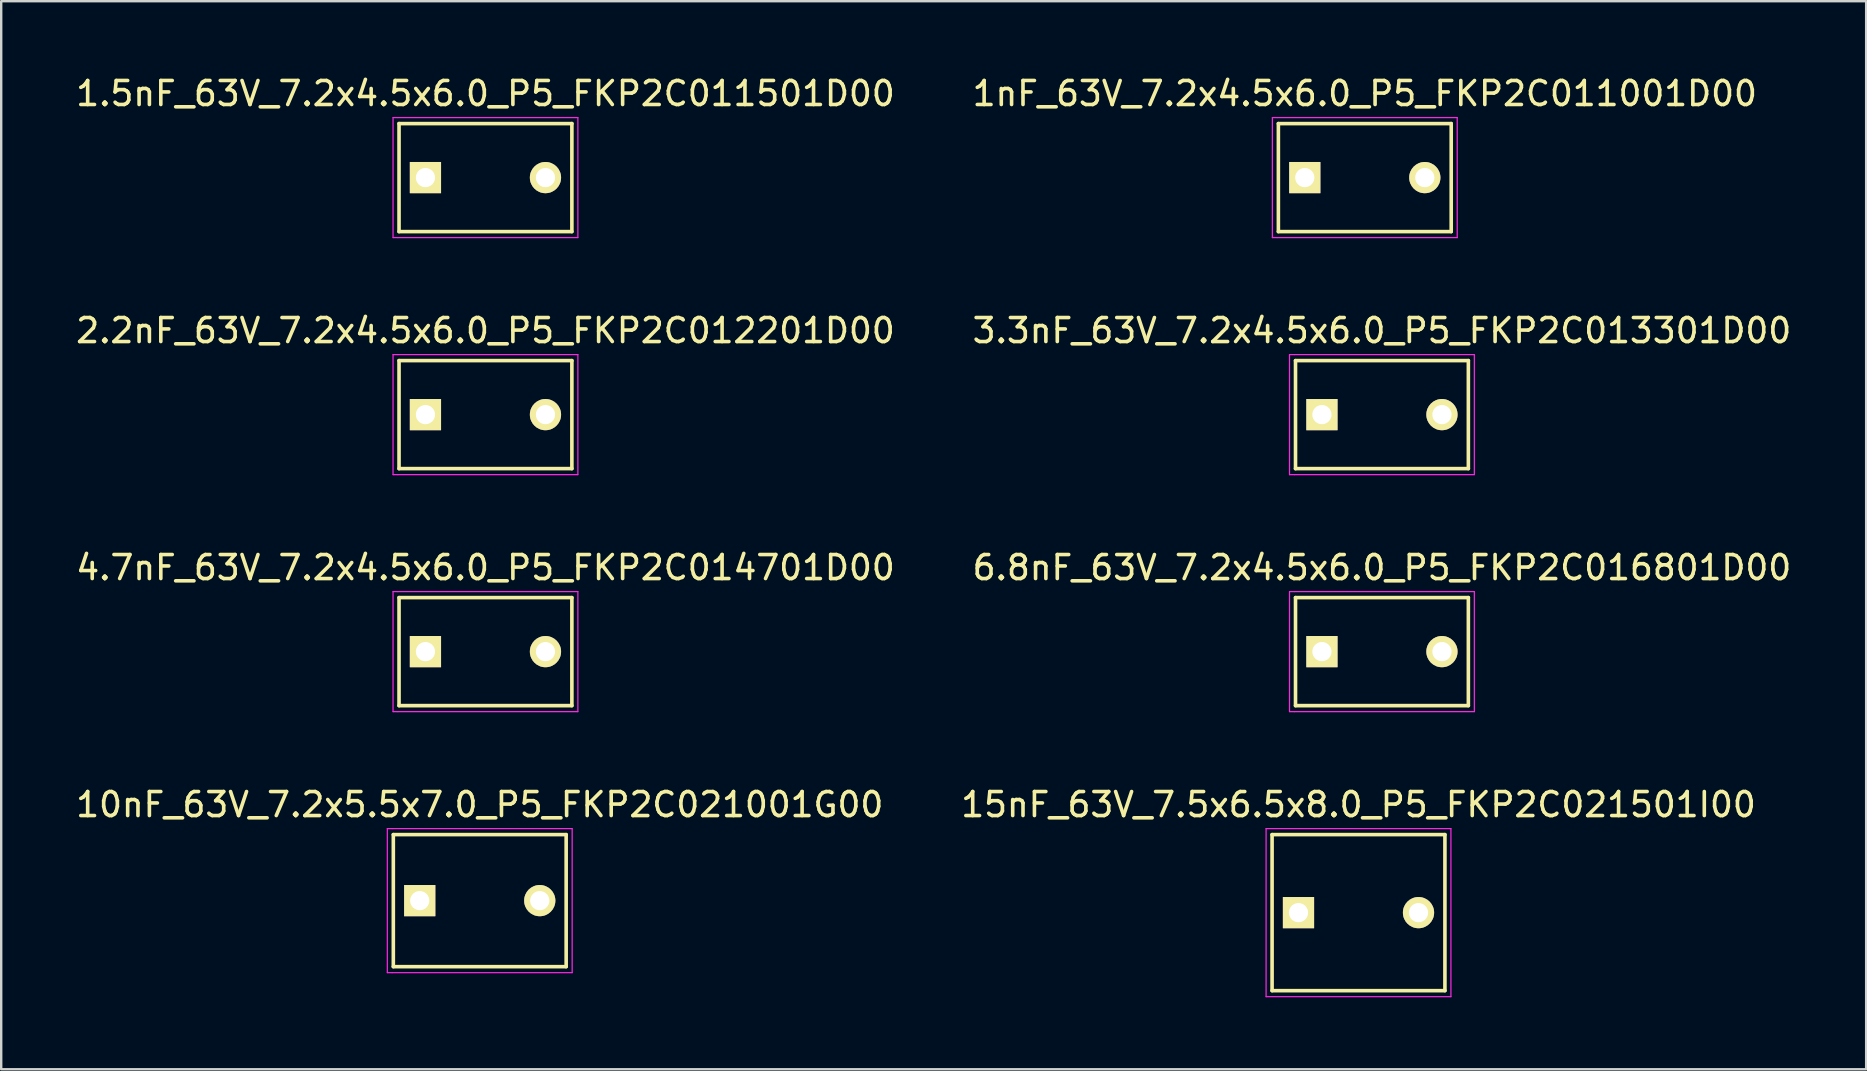
<source format=kicad_pcb>
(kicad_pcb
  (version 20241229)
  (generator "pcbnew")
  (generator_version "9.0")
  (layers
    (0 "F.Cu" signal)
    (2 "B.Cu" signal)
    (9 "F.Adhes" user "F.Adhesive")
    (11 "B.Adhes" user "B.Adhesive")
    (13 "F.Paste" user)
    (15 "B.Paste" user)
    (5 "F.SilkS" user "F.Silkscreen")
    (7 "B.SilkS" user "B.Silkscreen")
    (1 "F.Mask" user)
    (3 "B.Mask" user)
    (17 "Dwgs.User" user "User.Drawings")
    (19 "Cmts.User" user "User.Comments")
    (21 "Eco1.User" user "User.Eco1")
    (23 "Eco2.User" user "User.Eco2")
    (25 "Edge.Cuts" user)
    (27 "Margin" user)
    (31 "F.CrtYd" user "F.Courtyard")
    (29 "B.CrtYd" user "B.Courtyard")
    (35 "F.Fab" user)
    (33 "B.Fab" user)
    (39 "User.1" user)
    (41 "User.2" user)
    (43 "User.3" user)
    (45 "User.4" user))
  (footprint "3.3nF_63V_7.2x4.5x6.0_P5_FKP2C013301D00"
    (layer "F.Cu")
    (at 52.018 14.222)
    (property "Reference" "3.3nF_63V_7.2x4.5x6.0_P5_FKP2C013301D00" (at 2.5 -3.5 0) (layer "F.SilkS") (effects (font (size 1 1) (thickness 0.15))))
    (attr through_hole)
    (fp_line (start -1.1 -2.25) (end 6.1 -2.25) (stroke (width 0.15) (type solid)) (layer "F.SilkS"))
    (fp_line (start -1.1 2.25) (end -1.1 -2.25) (stroke (width 0.15) (type solid)) (layer "F.SilkS"))
    (fp_line (start 6.1 -2.25) (end 6.1 2.25) (stroke (width 0.15) (type solid)) (layer "F.SilkS"))
    (fp_line (start 6.1 2.25) (end -1.1 2.25) (stroke (width 0.15) (type solid)) (layer "F.SilkS"))
    (fp_line (start -1.35 2.5) (end -1.35 -2.5) (stroke (width 0.05) (type solid)) (layer "F.CrtYd"))
    (fp_line (start -1.15 -2.5) (end -1.35 -2.5) (stroke (width 0.05) (type solid)) (layer "F.CrtYd"))
    (fp_line (start -1.15 -2.5) (end 6.35 -2.5) (stroke (width 0.05) (type solid)) (layer "F.CrtYd"))
    (fp_line (start -1.15 2.5) (end -1.35 2.5) (stroke (width 0.05) (type solid)) (layer "F.CrtYd"))
    (fp_line (start 6.35 2.5) (end -1.15 2.5) (stroke (width 0.05) (type solid)) (layer "F.CrtYd"))
    (fp_line (start 6.35 2.5) (end 6.35 -2.5) (stroke (width 0.05) (type solid)) (layer "F.CrtYd"))
    (pad "1" thru_hole rect (at 0 0) (size 1.3 1.3) (drill 0.8) (layers "*.Cu" "*.Mask" "F.SilkS"))
    (pad "2" thru_hole circle (at 5 0) (size 1.3 1.3) (drill 0.8) (layers "*.Cu" "*.Mask" "F.SilkS")))
  (footprint "2.2nF_63V_7.2x4.5x6.0_P5_FKP2C012201D00"
    (layer "F.Cu")
    (at 14.673 14.222)
    (property "Reference" "2.2nF_63V_7.2x4.5x6.0_P5_FKP2C012201D00" (at 2.5 -3.5 0) (layer "F.SilkS") (effects (font (size 1 1) (thickness 0.15))))
    (attr through_hole)
    (fp_line (start -1.1 -2.25) (end 6.1 -2.25) (stroke (width 0.15) (type solid)) (layer "F.SilkS"))
    (fp_line (start -1.1 2.25) (end -1.1 -2.25) (stroke (width 0.15) (type solid)) (layer "F.SilkS"))
    (fp_line (start 6.1 -2.25) (end 6.1 2.25) (stroke (width 0.15) (type solid)) (layer "F.SilkS"))
    (fp_line (start 6.1 2.25) (end -1.1 2.25) (stroke (width 0.15) (type solid)) (layer "F.SilkS"))
    (fp_line (start -1.35 2.5) (end -1.35 -2.5) (stroke (width 0.05) (type solid)) (layer "F.CrtYd"))
    (fp_line (start -1.15 -2.5) (end -1.35 -2.5) (stroke (width 0.05) (type solid)) (layer "F.CrtYd"))
    (fp_line (start -1.15 -2.5) (end 6.35 -2.5) (stroke (width 0.05) (type solid)) (layer "F.CrtYd"))
    (fp_line (start -1.15 2.5) (end -1.35 2.5) (stroke (width 0.05) (type solid)) (layer "F.CrtYd"))
    (fp_line (start 6.35 2.5) (end -1.15 2.5) (stroke (width 0.05) (type solid)) (layer "F.CrtYd"))
    (fp_line (start 6.35 2.5) (end 6.35 -2.5) (stroke (width 0.05) (type solid)) (layer "F.CrtYd"))
    (pad "1" thru_hole rect (at 0 0) (size 1.3 1.3) (drill 0.8) (layers "*.Cu" "*.Mask" "F.SilkS"))
    (pad "2" thru_hole circle (at 5 0) (size 1.3 1.3) (drill 0.8) (layers "*.Cu" "*.Mask" "F.SilkS")))
  (footprint "15nF_63V_7.5x6.5x8.0_P5_FKP2C021501I00"
    (layer "F.Cu")
    (at 51.042 34.968)
    (property "Reference" "15nF_63V_7.5x6.5x8.0_P5_FKP2C021501I00" (at 2.5 -4.5 0) (layer "F.SilkS") (effects (font (size 1 1) (thickness 0.15))))
    (attr through_hole)
    (fp_line (start -1.1 3.25) (end -1.1 -3.25) (stroke (width 0.15) (type solid)) (layer "F.SilkS"))
    (fp_line (start -1.1 3.25) (end 6.1 3.25) (stroke (width 0.15) (type solid)) (layer "F.SilkS"))
    (fp_line (start 6.1 -3.25) (end -1.1 -3.25) (stroke (width 0.15) (type solid)) (layer "F.SilkS"))
    (fp_line (start 6.1 -3.25) (end 6.1 3.25) (stroke (width 0.15) (type solid)) (layer "F.SilkS"))
    (fp_line (start -1.35 3.5) (end -1.35 -3.5) (stroke (width 0.05) (type solid)) (layer "F.CrtYd"))
    (fp_line (start -1.35 3.5) (end 6.35 3.5) (stroke (width 0.05) (type solid)) (layer "F.CrtYd"))
    (fp_line (start 6.35 -3.5) (end -1.35 -3.5) (stroke (width 0.05) (type solid)) (layer "F.CrtYd"))
    (fp_line (start 6.35 -3.5) (end 6.35 3.5) (stroke (width 0.05) (type solid)) (layer "F.CrtYd"))
    (pad "1" thru_hole rect (at 0 0) (size 1.3 1.3) (drill 0.8) (layers "*.Cu" "*.Mask" "F.SilkS"))
    (pad "2" thru_hole circle (at 5 0) (size 1.3 1.3) (drill 0.8) (layers "*.Cu" "*.Mask" "F.SilkS")))
  (footprint "4.7nF_63V_7.2x4.5x6.0_P5_FKP2C014701D00"
    (layer "F.Cu")
    (at 14.673 24.095)
    (property "Reference" "4.7nF_63V_7.2x4.5x6.0_P5_FKP2C014701D00" (at 2.5 -3.5 0) (layer "F.SilkS") (effects (font (size 1 1) (thickness 0.15))))
    (attr through_hole)
    (fp_line (start -1.1 -2.25) (end 6.1 -2.25) (stroke (width 0.15) (type solid)) (layer "F.SilkS"))
    (fp_line (start -1.1 2.25) (end -1.1 -2.25) (stroke (width 0.15) (type solid)) (layer "F.SilkS"))
    (fp_line (start 6.1 -2.25) (end 6.1 2.25) (stroke (width 0.15) (type solid)) (layer "F.SilkS"))
    (fp_line (start 6.1 2.25) (end -1.1 2.25) (stroke (width 0.15) (type solid)) (layer "F.SilkS"))
    (fp_line (start -1.35 2.5) (end -1.35 -2.5) (stroke (width 0.05) (type solid)) (layer "F.CrtYd"))
    (fp_line (start -1.15 -2.5) (end -1.35 -2.5) (stroke (width 0.05) (type solid)) (layer "F.CrtYd"))
    (fp_line (start -1.15 -2.5) (end 6.35 -2.5) (stroke (width 0.05) (type solid)) (layer "F.CrtYd"))
    (fp_line (start -1.15 2.5) (end -1.35 2.5) (stroke (width 0.05) (type solid)) (layer "F.CrtYd"))
    (fp_line (start 6.35 2.5) (end -1.15 2.5) (stroke (width 0.05) (type solid)) (layer "F.CrtYd"))
    (fp_line (start 6.35 2.5) (end 6.35 -2.5) (stroke (width 0.05) (type solid)) (layer "F.CrtYd"))
    (pad "1" thru_hole rect (at 0 0) (size 1.3 1.3) (drill 0.8) (layers "*.Cu" "*.Mask" "F.SilkS"))
    (pad "2" thru_hole circle (at 5 0) (size 1.3 1.3) (drill 0.8) (layers "*.Cu" "*.Mask" "F.SilkS")))
  (footprint "10nF_63V_7.2x5.5x7.0_P5_FKP2C021001G00"
    (layer "F.Cu")
    (at 14.435 34.468)
    (property "Reference" "10nF_63V_7.2x5.5x7.0_P5_FKP2C021001G00" (at 2.5 -4 0) (layer "F.SilkS") (effects (font (size 1 1) (thickness 0.15))))
    (attr through_hole)
    (fp_line (start -1.1 -2.75) (end 6.1 -2.75) (stroke (width 0.15) (type solid)) (layer "F.SilkS"))
    (fp_line (start -1.1 2.75) (end -1.1 -2.75) (stroke (width 0.15) (type solid)) (layer "F.SilkS"))
    (fp_line (start 6.1 -2.75) (end 6.1 2.75) (stroke (width 0.15) (type solid)) (layer "F.SilkS"))
    (fp_line (start 6.1 2.75) (end -1.1 2.75) (stroke (width 0.15) (type solid)) (layer "F.SilkS"))
    (fp_line (start -1.35 3) (end -1.35 -3) (stroke (width 0.05) (type solid)) (layer "F.CrtYd"))
    (fp_line (start -1.15 -3) (end -1.35 -3) (stroke (width 0.05) (type solid)) (layer "F.CrtYd"))
    (fp_line (start -1.15 -3) (end 6.35 -3) (stroke (width 0.05) (type solid)) (layer "F.CrtYd"))
    (fp_line (start -1.15 3) (end -1.35 3) (stroke (width 0.05) (type solid)) (layer "F.CrtYd"))
    (fp_line (start 6.35 -3) (end 6.35 3) (stroke (width 0.05) (type solid)) (layer "F.CrtYd"))
    (fp_line (start 6.35 3) (end -1.15 3) (stroke (width 0.05) (type solid)) (layer "F.CrtYd"))
    (pad "1" thru_hole rect (at 0 0) (size 1.3 1.3) (drill 0.8) (layers "*.Cu" "*.Mask" "F.SilkS"))
    (pad "2" thru_hole circle (at 5 0) (size 1.3 1.3) (drill 0.8) (layers "*.Cu" "*.Mask" "F.SilkS")))
  (footprint "1.5nF_63V_7.2x4.5x6.0_P5_FKP2C011501D00"
    (layer "F.Cu")
    (at 14.673 4.348)
    (property "Reference" "1.5nF_63V_7.2x4.5x6.0_P5_FKP2C011501D00" (at 2.5 -3.5 0) (layer "F.SilkS") (effects (font (size 1 1) (thickness 0.15))))
    (attr through_hole)
    (fp_line (start -1.1 -2.25) (end 6.1 -2.25) (stroke (width 0.15) (type solid)) (layer "F.SilkS"))
    (fp_line (start -1.1 2.25) (end -1.1 -2.25) (stroke (width 0.15) (type solid)) (layer "F.SilkS"))
    (fp_line (start 6.1 -2.25) (end 6.1 2.25) (stroke (width 0.15) (type solid)) (layer "F.SilkS"))
    (fp_line (start 6.1 2.25) (end -1.1 2.25) (stroke (width 0.15) (type solid)) (layer "F.SilkS"))
    (fp_line (start -1.35 2.5) (end -1.35 -2.5) (stroke (width 0.05) (type solid)) (layer "F.CrtYd"))
    (fp_line (start -1.15 -2.5) (end -1.35 -2.5) (stroke (width 0.05) (type solid)) (layer "F.CrtYd"))
    (fp_line (start -1.15 -2.5) (end 6.35 -2.5) (stroke (width 0.05) (type solid)) (layer "F.CrtYd"))
    (fp_line (start -1.15 2.5) (end -1.35 2.5) (stroke (width 0.05) (type solid)) (layer "F.CrtYd"))
    (fp_line (start 6.35 2.5) (end -1.15 2.5) (stroke (width 0.05) (type solid)) (layer "F.CrtYd"))
    (fp_line (start 6.35 2.5) (end 6.35 -2.5) (stroke (width 0.05) (type solid)) (layer "F.CrtYd"))
    (pad "1" thru_hole rect (at 0 0) (size 1.3 1.3) (drill 0.8) (layers "*.Cu" "*.Mask" "F.SilkS"))
    (pad "2" thru_hole circle (at 5 0) (size 1.3 1.3) (drill 0.8) (layers "*.Cu" "*.Mask" "F.SilkS")))
  (footprint "6.8nF_63V_7.2x4.5x6.0_P5_FKP2C016801D00"
    (layer "F.Cu")
    (at 52.018 24.095)
    (property "Reference" "6.8nF_63V_7.2x4.5x6.0_P5_FKP2C016801D00" (at 2.5 -3.5 0) (layer "F.SilkS") (effects (font (size 1 1) (thickness 0.15))))
    (attr through_hole)
    (fp_line (start -1.1 -2.25) (end 6.1 -2.25) (stroke (width 0.15) (type solid)) (layer "F.SilkS"))
    (fp_line (start -1.1 2.25) (end -1.1 -2.25) (stroke (width 0.15) (type solid)) (layer "F.SilkS"))
    (fp_line (start 6.1 -2.25) (end 6.1 2.25) (stroke (width 0.15) (type solid)) (layer "F.SilkS"))
    (fp_line (start 6.1 2.25) (end -1.1 2.25) (stroke (width 0.15) (type solid)) (layer "F.SilkS"))
    (fp_line (start -1.35 2.5) (end -1.35 -2.5) (stroke (width 0.05) (type solid)) (layer "F.CrtYd"))
    (fp_line (start -1.15 -2.5) (end -1.35 -2.5) (stroke (width 0.05) (type solid)) (layer "F.CrtYd"))
    (fp_line (start -1.15 -2.5) (end 6.35 -2.5) (stroke (width 0.05) (type solid)) (layer "F.CrtYd"))
    (fp_line (start -1.15 2.5) (end -1.35 2.5) (stroke (width 0.05) (type solid)) (layer "F.CrtYd"))
    (fp_line (start 6.35 2.5) (end -1.15 2.5) (stroke (width 0.05) (type solid)) (layer "F.CrtYd"))
    (fp_line (start 6.35 2.5) (end 6.35 -2.5) (stroke (width 0.05) (type solid)) (layer "F.CrtYd"))
    (pad "1" thru_hole rect (at 0 0) (size 1.3 1.3) (drill 0.8) (layers "*.Cu" "*.Mask" "F.SilkS"))
    (pad "2" thru_hole circle (at 5 0) (size 1.3 1.3) (drill 0.8) (layers "*.Cu" "*.Mask" "F.SilkS")))
  (footprint "1nF_63V_7.2x4.5x6.0_P5_FKP2C011001D00"
    (layer "F.Cu")
    (at 51.304 4.348)
    (property "Reference" "1nF_63V_7.2x4.5x6.0_P5_FKP2C011001D00" (at 2.5 -3.5 0) (layer "F.SilkS") (effects (font (size 1 1) (thickness 0.15))))
    (attr through_hole)
    (fp_line (start -1.1 -2.25) (end 6.1 -2.25) (stroke (width 0.15) (type solid)) (layer "F.SilkS"))
    (fp_line (start -1.1 2.25) (end -1.1 -2.25) (stroke (width 0.15) (type solid)) (layer "F.SilkS"))
    (fp_line (start 6.1 -2.25) (end 6.1 2.25) (stroke (width 0.15) (type solid)) (layer "F.SilkS"))
    (fp_line (start 6.1 2.25) (end -1.1 2.25) (stroke (width 0.15) (type solid)) (layer "F.SilkS"))
    (fp_line (start -1.35 2.5) (end -1.35 -2.5) (stroke (width 0.05) (type solid)) (layer "F.CrtYd"))
    (fp_line (start -1.15 -2.5) (end -1.35 -2.5) (stroke (width 0.05) (type solid)) (layer "F.CrtYd"))
    (fp_line (start -1.15 -2.5) (end 6.35 -2.5) (stroke (width 0.05) (type solid)) (layer "F.CrtYd"))
    (fp_line (start -1.15 2.5) (end -1.35 2.5) (stroke (width 0.05) (type solid)) (layer "F.CrtYd"))
    (fp_line (start 6.35 2.5) (end -1.15 2.5) (stroke (width 0.05) (type solid)) (layer "F.CrtYd"))
    (fp_line (start 6.35 2.5) (end 6.35 -2.5) (stroke (width 0.05) (type solid)) (layer "F.CrtYd"))
    (pad "1" thru_hole rect (at 0 0) (size 1.3 1.3) (drill 0.8) (layers "*.Cu" "*.Mask" "F.SilkS"))
    (pad "2" thru_hole circle (at 5 0) (size 1.3 1.3) (drill 0.8) (layers "*.Cu" "*.Mask" "F.SilkS")))
  (gr_rect
    (start -3 -3)
    (end 74.69 41.493)
    (stroke (width 0.1) (type default))
    (fill no)
    (layer "Edge.Cuts")))
</source>
